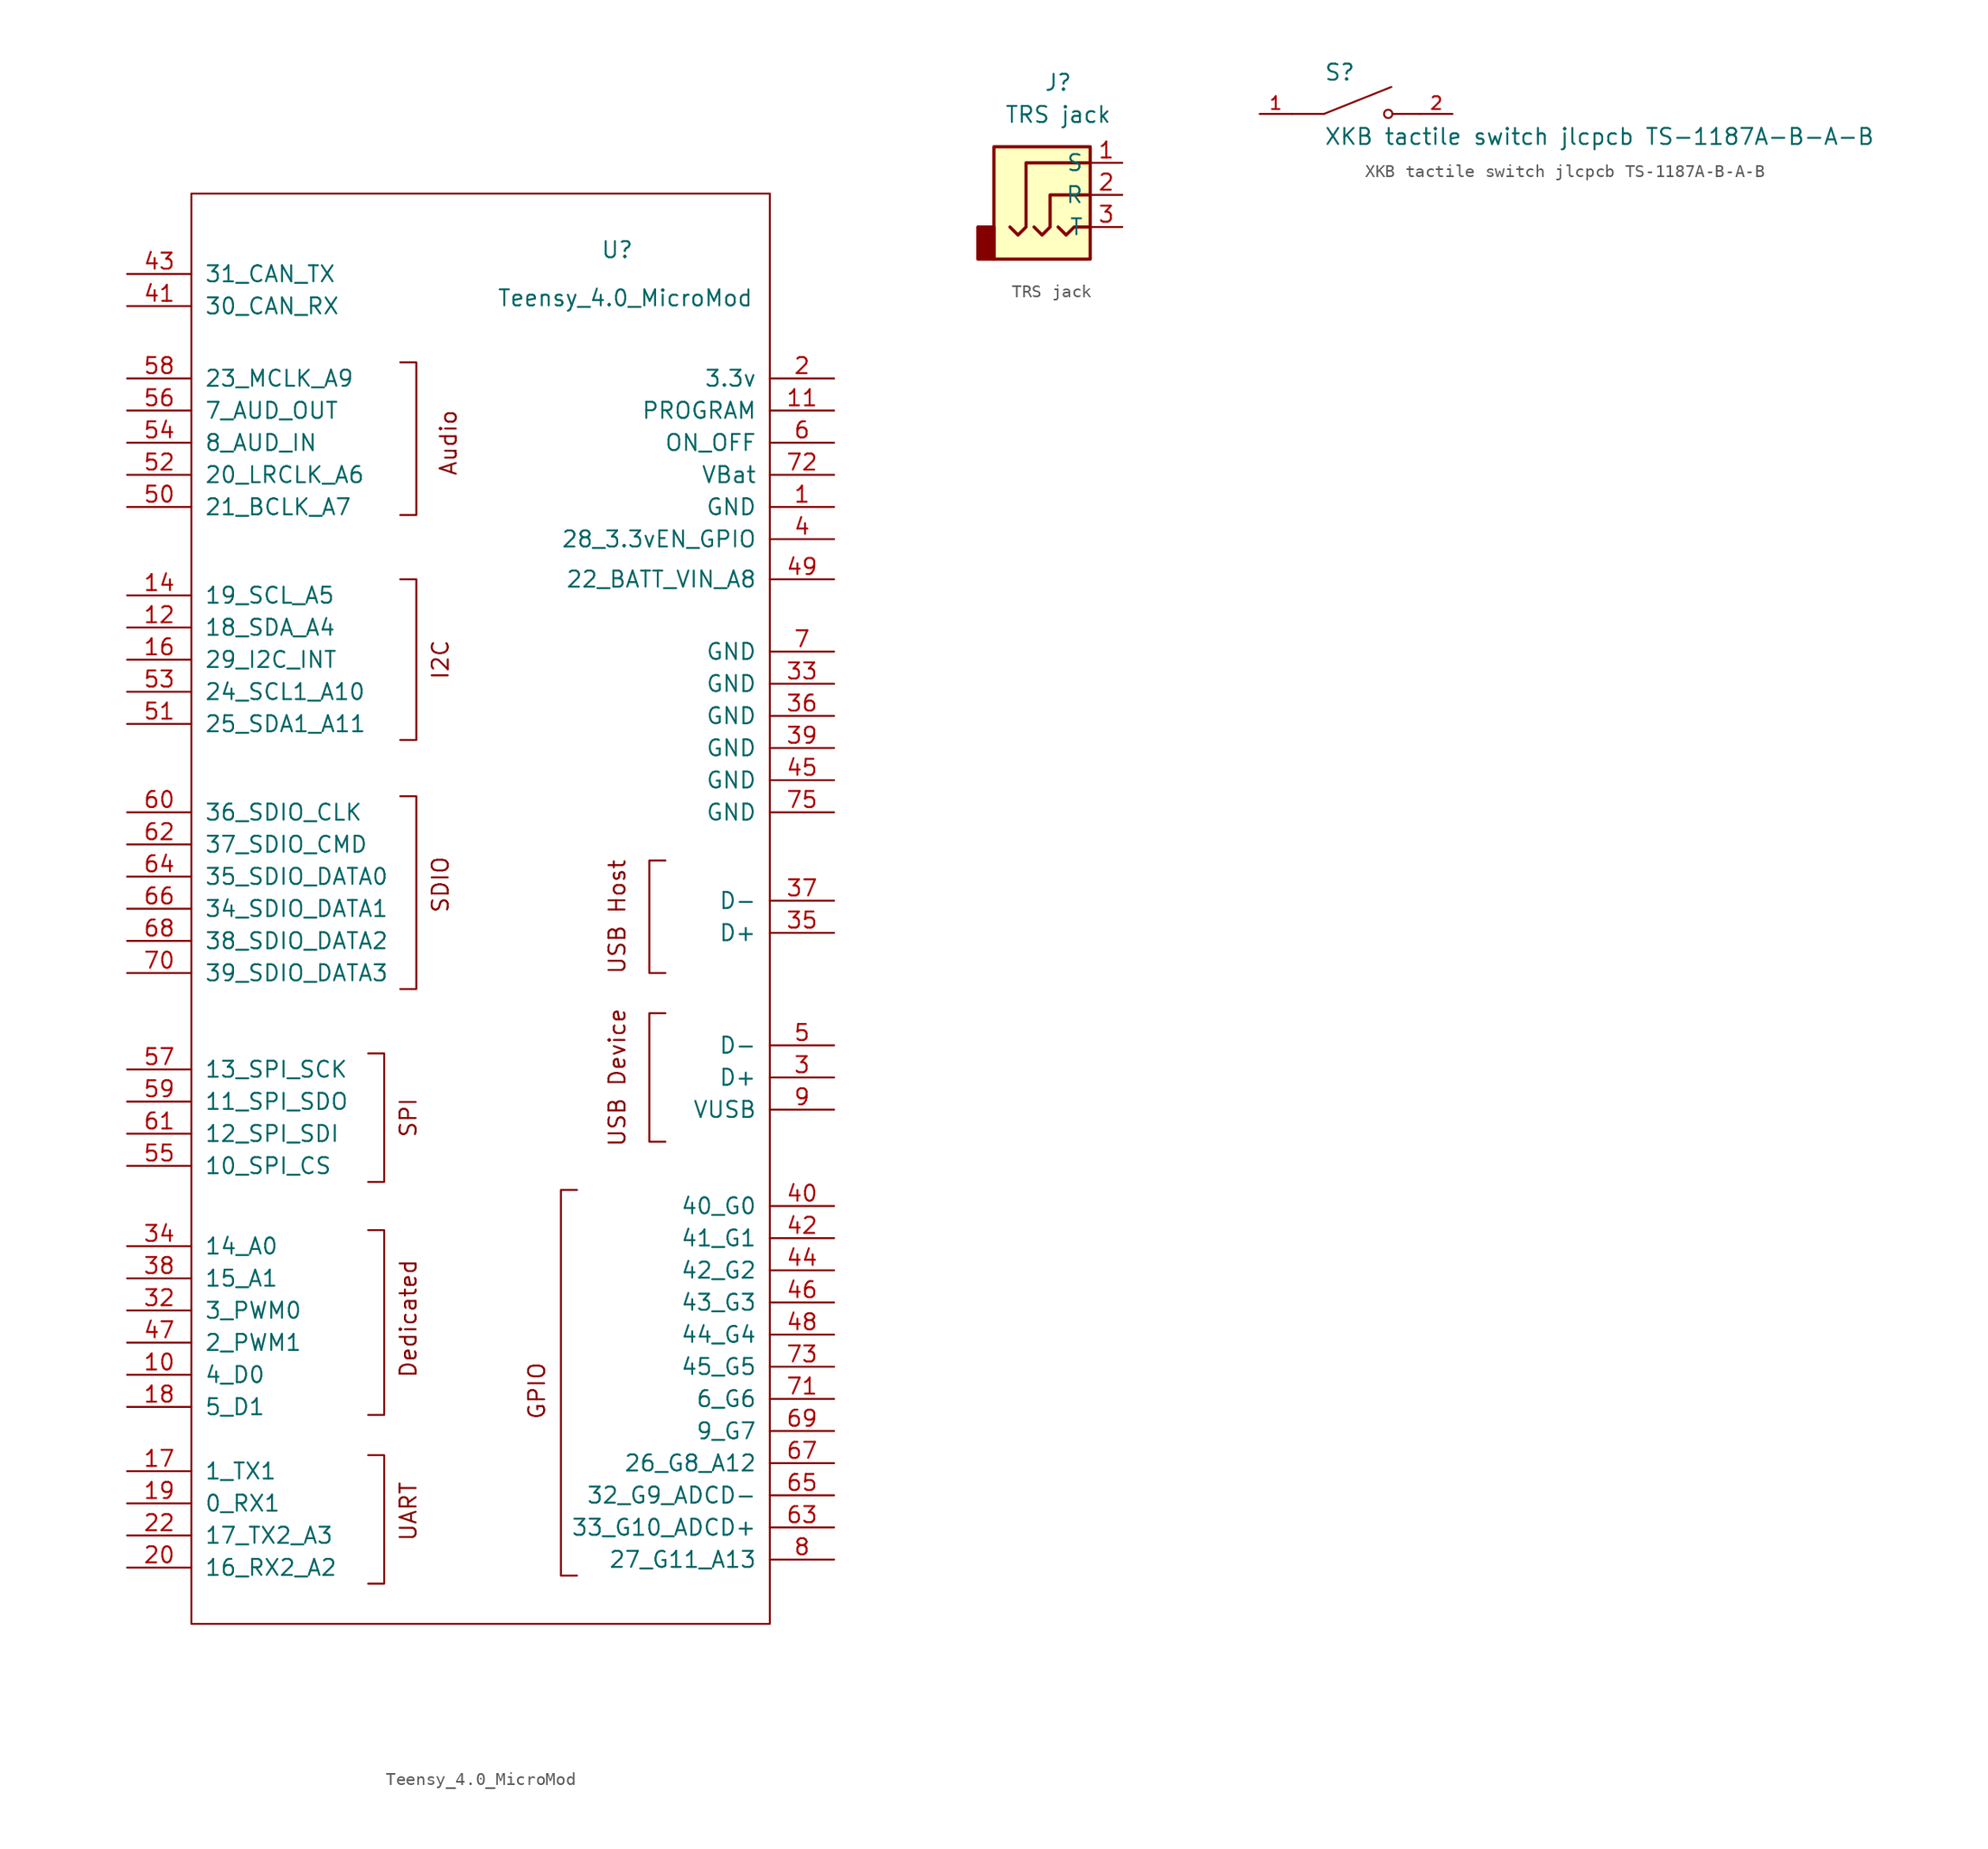
<source format=kicad_sym>
(kicad_symbol_lib
  (version 20211014)
  (generator kicad_symbol_editor)
  (symbol "Teensy_4.0_MicroMod"
    (pin_names
      (offset 1.016))
    (property "Reference" "U"
      (at 10.795 33.02 0)
      (effects (font (size 1.27 1.27))))
    (property "Value" "Teensy_4.0_MicroMod"
      (at 11.43 29.21 0)
      (effects (font (size 1.27 1.27))))
    (symbol "Teensy_4.0_MicroMod_0_0"
      (rectangle (start -22.86 37.465) (end 22.86 -75.565) (stroke (width 0) (type default) (color 0 0 0 0)) (fill (type none)))
      (polyline (pts (xy -8.89 -62.23) (xy -7.62 -62.23) (xy -7.62 -72.39) (xy -8.89 -72.39)) (stroke (width 0) (type default) (color 0 0 0 0)) (fill (type none)))
      (polyline (pts (xy -8.89 -44.45) (xy -7.62 -44.45) (xy -7.62 -59.055) (xy -8.89 -59.055)) (stroke (width 0) (type default) (color 0 0 0 0)) (fill (type none)))
      (polyline (pts (xy -8.89 -30.48) (xy -7.62 -30.48) (xy -7.62 -40.64) (xy -8.89 -40.64)) (stroke (width 0) (type default) (color 0 0 0 0)) (fill (type none)))
      (polyline (pts (xy -6.35 -10.16) (xy -5.08 -10.16) (xy -5.08 -25.4) (xy -6.35 -25.4)) (stroke (width 0) (type default) (color 0 0 0 0)) (fill (type none)))
      (polyline (pts (xy -6.35 6.985) (xy -5.08 6.985) (xy -5.08 -5.715) (xy -6.35 -5.715)) (stroke (width 0) (type default) (color 0 0 0 0)) (fill (type none)))
      (polyline (pts (xy -6.35 12.065) (xy -5.08 12.065) (xy -5.08 24.13) (xy -6.35 24.13)) (stroke (width 0) (type default) (color 0 0 0 0)) (fill (type none)))
      (polyline (pts (xy 7.62 -41.275) (xy 6.35 -41.275) (xy 6.35 -71.755) (xy 7.62 -71.755)) (stroke (width 0) (type default) (color 0 0 0 0)) (fill (type none)))
      (text "Audio" (at -2.54 17.78 900) (effects (font (size 1.27 1.27))))
      (text "Dedicated" (at -5.715 -51.435 900) (effects (font (size 1.27 1.27))))
      (text "GPIO" (at 4.445 -57.15 900) (effects (font (size 1.27 1.27))))
      (text "I2C" (at -3.175 0.635 900) (effects (font (size 1.27 1.27))))
      (text "SDIO" (at -3.175 -17.145 900) (effects (font (size 1.27 1.27))))
      (text "SPI" (at -5.715 -35.56 900) (effects (font (size 1.27 1.27))))
      (text "UART" (at -5.715 -66.675 900) (effects (font (size 1.27 1.27))))
      (text "USB Device" (at 10.795 -32.385 900) (effects (font (size 1.27 1.27))))
      (text "USB Host" (at 10.795 -19.685 900) (effects (font (size 1.27 1.27))))
      (pin input line (at 27.94 20.32 180) (length 5.08) (name "PROGRAM" (effects (font (size 1.27 1.27)))) (number "11" (effects (font (size 1.27 1.27)))))
      (pin bidirectional line (at 27.94 -32.385 180) (length 5.08) (name "D+" (effects (font (size 1.27 1.27)))) (number "3" (effects (font (size 1.27 1.27)))))
      (pin power_in line (at 27.94 -1.27 180) (length 5.08) (name "GND" (effects (font (size 1.27 1.27)))) (number "33" (effects (font (size 1.27 1.27)))))
      (pin bidirectional line (at 27.94 -20.955 180) (length 5.08) (name "D+" (effects (font (size 1.27 1.27)))) (number "35" (effects (font (size 1.27 1.27)))))
      (pin power_in line (at 27.94 -3.81 180) (length 5.08) (name "GND" (effects (font (size 1.27 1.27)))) (number "36" (effects (font (size 1.27 1.27)))))
      (pin bidirectional line (at 27.94 -18.415 180) (length 5.08) (name "D-" (effects (font (size 1.27 1.27)))) (number "37" (effects (font (size 1.27 1.27)))))
      (pin power_in line (at 27.94 -6.35 180) (length 5.08) (name "GND" (effects (font (size 1.27 1.27)))) (number "39" (effects (font (size 1.27 1.27)))))
      (pin power_in line (at 27.94 -8.89 180) (length 5.08) (name "GND" (effects (font (size 1.27 1.27)))) (number "45" (effects (font (size 1.27 1.27)))))
      (pin bidirectional line (at 27.94 -29.845 180) (length 5.08) (name "D-" (effects (font (size 1.27 1.27)))) (number "5" (effects (font (size 1.27 1.27)))))
      (pin input line (at 27.94 17.78 180) (length 5.08) (name "ON_OFF" (effects (font (size 1.27 1.27)))) (number "6" (effects (font (size 1.27 1.27)))))
      (pin power_in line (at 27.94 1.27 180) (length 5.08) (name "GND" (effects (font (size 1.27 1.27)))) (number "7" (effects (font (size 1.27 1.27)))))
      (pin input line (at 27.94 15.24 180) (length 5.08) (name "VBat" (effects (font (size 1.27 1.27)))) (number "72" (effects (font (size 1.27 1.27)))))
      (pin power_in line (at 27.94 -11.43 180) (length 5.08) (name "GND" (effects (font (size 1.27 1.27)))) (number "75" (effects (font (size 1.27 1.27)))))
      (pin power_in line (at 27.94 -34.925 180) (length 5.08) (name "VUSB" (effects (font (size 1.27 1.27)))) (number "9" (effects (font (size 1.27 1.27))))))
    (symbol "Teensy_4.0_MicroMod_0_1"
      (polyline (pts (xy 14.605 -27.305) (xy 13.335 -27.305) (xy 13.335 -37.465) (xy 14.605 -37.465)) (stroke (width 0) (type default) (color 0 0 0 0)) (fill (type none)))
      (polyline (pts (xy 14.605 -15.24) (xy 13.335 -15.24) (xy 13.335 -24.13) (xy 14.605 -24.13)) (stroke (width 0) (type default) (color 0 0 0 0)) (fill (type none))))
    (symbol "Teensy_4.0_MicroMod_1_1"
      (pin input line (at 27.94 12.7 180) (length 5.08) (name "GND" (effects (font (size 1.27 1.27)))) (number "1" (effects (font (size 1.27 1.27)))))
      (pin input line (at -27.94 -55.88 0) (length 5.08) (name "4_D0" (effects (font (size 1.27 1.27)))) (number "10" (effects (font (size 1.27 1.27)))))
      (pin input line (at -27.94 3.175 0) (length 5.08) (name "18_SDA_A4" (effects (font (size 1.27 1.27)))) (number "12" (effects (font (size 1.27 1.27)))))
      (pin input line (at -27.94 5.715 0) (length 5.08) (name "19_SCL_A5" (effects (font (size 1.27 1.27)))) (number "14" (effects (font (size 1.27 1.27)))))
      (pin input line (at -27.94 0.635 0) (length 5.08) (name "29_I2C_INT" (effects (font (size 1.27 1.27)))) (number "16" (effects (font (size 1.27 1.27)))))
      (pin output line (at -27.94 -63.5 0) (length 5.08) (name "1_TX1" (effects (font (size 1.27 1.27)))) (number "17" (effects (font (size 1.27 1.27)))))
      (pin input line (at -27.94 -58.42 0) (length 5.08) (name "5_D1" (effects (font (size 1.27 1.27)))) (number "18" (effects (font (size 1.27 1.27)))))
      (pin input line (at -27.94 -66.04 0) (length 5.08) (name "0_RX1" (effects (font (size 1.27 1.27)))) (number "19" (effects (font (size 1.27 1.27)))))
      (pin input line (at 27.94 22.86 180) (length 5.08) (name "3.3v" (effects (font (size 1.27 1.27)))) (number "2" (effects (font (size 1.27 1.27)))))
      (pin input line (at -27.94 -71.12 0) (length 5.08) (name "16_RX2_A2" (effects (font (size 1.27 1.27)))) (number "20" (effects (font (size 1.27 1.27)))))
      (pin output line (at -27.94 -68.58 0) (length 5.08) (name "17_TX2_A3" (effects (font (size 1.27 1.27)))) (number "22" (effects (font (size 1.27 1.27)))))
      (pin input line (at -27.94 -50.8 0) (length 5.08) (name "3_PWM0" (effects (font (size 1.27 1.27)))) (number "32" (effects (font (size 1.27 1.27)))))
      (pin input line (at -27.94 -45.72 0) (length 5.08) (name "14_A0" (effects (font (size 1.27 1.27)))) (number "34" (effects (font (size 1.27 1.27)))))
      (pin input line (at -27.94 -48.26 0) (length 5.08) (name "15_A1" (effects (font (size 1.27 1.27)))) (number "38" (effects (font (size 1.27 1.27)))))
      (pin input line (at 27.94 10.16 180) (length 5.08) (name "28_3.3vEN_GPIO" (effects (font (size 1.27 1.27)))) (number "4" (effects (font (size 1.27 1.27)))))
      (pin input line (at 27.94 -42.545 180) (length 5.08) (name "40_G0" (effects (font (size 1.27 1.27)))) (number "40" (effects (font (size 1.27 1.27)))))
      (pin input line (at -27.94 28.575 0) (length 5.08) (name "30_CAN_RX" (effects (font (size 1.27 1.27)))) (number "41" (effects (font (size 1.27 1.27)))))
      (pin input line (at 27.94 -45.085 180) (length 5.08) (name "41_G1" (effects (font (size 1.27 1.27)))) (number "42" (effects (font (size 1.27 1.27)))))
      (pin input line (at -27.94 31.115 0) (length 5.08) (name "31_CAN_TX" (effects (font (size 1.27 1.27)))) (number "43" (effects (font (size 1.27 1.27)))))
      (pin input line (at 27.94 -47.625 180) (length 5.08) (name "42_G2" (effects (font (size 1.27 1.27)))) (number "44" (effects (font (size 1.27 1.27)))))
      (pin input line (at 27.94 -50.165 180) (length 5.08) (name "43_G3" (effects (font (size 1.27 1.27)))) (number "46" (effects (font (size 1.27 1.27)))))
      (pin input line (at -27.94 -53.34 0) (length 5.08) (name "2_PWM1" (effects (font (size 1.27 1.27)))) (number "47" (effects (font (size 1.27 1.27)))))
      (pin input line (at 27.94 -52.705 180) (length 5.08) (name "44_G4" (effects (font (size 1.27 1.27)))) (number "48" (effects (font (size 1.27 1.27)))))
      (pin input line (at 27.94 6.985 180) (length 5.08) (name "22_BATT_VIN_A8" (effects (font (size 1.27 1.27)))) (number "49" (effects (font (size 1.27 1.27)))))
      (pin input line (at -27.94 12.7 0) (length 5.08) (name "21_BCLK_A7" (effects (font (size 1.27 1.27)))) (number "50" (effects (font (size 1.27 1.27)))))
      (pin input line (at -27.94 -4.445 0) (length 5.08) (name "25_SDA1_A11" (effects (font (size 1.27 1.27)))) (number "51" (effects (font (size 1.27 1.27)))))
      (pin input line (at -27.94 15.24 0) (length 5.08) (name "20_LRCLK_A6" (effects (font (size 1.27 1.27)))) (number "52" (effects (font (size 1.27 1.27)))))
      (pin input line (at -27.94 -1.905 0) (length 5.08) (name "24_SCL1_A10" (effects (font (size 1.27 1.27)))) (number "53" (effects (font (size 1.27 1.27)))))
      (pin input line (at -27.94 17.78 0) (length 5.08) (name "8_AUD_IN" (effects (font (size 1.27 1.27)))) (number "54" (effects (font (size 1.27 1.27)))))
      (pin input line (at -27.94 -39.37 0) (length 5.08) (name "10_SPI_CS" (effects (font (size 1.27 1.27)))) (number "55" (effects (font (size 1.27 1.27)))))
      (pin input line (at -27.94 20.32 0) (length 5.08) (name "7_AUD_OUT" (effects (font (size 1.27 1.27)))) (number "56" (effects (font (size 1.27 1.27)))))
      (pin input line (at -27.94 -31.75 0) (length 5.08) (name "13_SPI_SCK" (effects (font (size 1.27 1.27)))) (number "57" (effects (font (size 1.27 1.27)))))
      (pin input line (at -27.94 22.86 0) (length 5.08) (name "23_MCLK_A9" (effects (font (size 1.27 1.27)))) (number "58" (effects (font (size 1.27 1.27)))))
      (pin input line (at -27.94 -34.29 0) (length 5.08) (name "11_SPI_SDO" (effects (font (size 1.27 1.27)))) (number "59" (effects (font (size 1.27 1.27)))))
      (pin input line (at -27.94 -11.43 0) (length 5.08) (name "36_SDIO_CLK" (effects (font (size 1.27 1.27)))) (number "60" (effects (font (size 1.27 1.27)))))
      (pin input line (at -27.94 -36.83 0) (length 5.08) (name "12_SPI_SDI" (effects (font (size 1.27 1.27)))) (number "61" (effects (font (size 1.27 1.27)))))
      (pin input line (at -27.94 -13.97 0) (length 5.08) (name "37_SDIO_CMD" (effects (font (size 1.27 1.27)))) (number "62" (effects (font (size 1.27 1.27)))))
      (pin input line (at 27.94 -67.945 180) (length 5.08) (name "33_G10_ADCD+" (effects (font (size 1.27 1.27)))) (number "63" (effects (font (size 1.27 1.27)))))
      (pin input line (at -27.94 -16.51 0) (length 5.08) (name "35_SDIO_DATA0" (effects (font (size 1.27 1.27)))) (number "64" (effects (font (size 1.27 1.27)))))
      (pin input line (at 27.94 -65.405 180) (length 5.08) (name "32_G9_ADCD-" (effects (font (size 1.27 1.27)))) (number "65" (effects (font (size 1.27 1.27)))))
      (pin input line (at -27.94 -19.05 0) (length 5.08) (name "34_SDIO_DATA1" (effects (font (size 1.27 1.27)))) (number "66" (effects (font (size 1.27 1.27)))))
      (pin input line (at 27.94 -62.865 180) (length 5.08) (name "26_G8_A12" (effects (font (size 1.27 1.27)))) (number "67" (effects (font (size 1.27 1.27)))))
      (pin input line (at -27.94 -21.59 0) (length 5.08) (name "38_SDIO_DATA2" (effects (font (size 1.27 1.27)))) (number "68" (effects (font (size 1.27 1.27)))))
      (pin input line (at 27.94 -60.325 180) (length 5.08) (name "9_G7" (effects (font (size 1.27 1.27)))) (number "69" (effects (font (size 1.27 1.27)))))
      (pin input line (at -27.94 -24.13 0) (length 5.08) (name "39_SDIO_DATA3" (effects (font (size 1.27 1.27)))) (number "70" (effects (font (size 1.27 1.27)))))
      (pin input line (at 27.94 -57.785 180) (length 5.08) (name "6_G6" (effects (font (size 1.27 1.27)))) (number "71" (effects (font (size 1.27 1.27)))))
      (pin input line (at 27.94 -55.245 180) (length 5.08) (name "45_G5" (effects (font (size 1.27 1.27)))) (number "73" (effects (font (size 1.27 1.27)))))
      (pin input line (at 27.94 -70.485 180) (length 5.08) (name "27_G11_A13" (effects (font (size 1.27 1.27)))) (number "8" (effects (font (size 1.27 1.27)))))))
  (symbol "TRS jack"
    (property "Reference" "J"
      (at 0 8.89 0)
      (effects (font (size 1.27 1.27))))
    (property "Value" "TRS jack"
      (at 0 6.35 0)
      (effects (font (size 1.27 1.27))))
    (symbol "TRS jack_0_1"
      (rectangle (start -5.08 -5.08) (end -6.35 -2.54) (stroke (width 0.254) (type default) (color 0 0 0 0)) (fill (type outline)))
      (polyline (pts (xy 0 -2.54) (xy 0.635 -3.175) (xy 1.27 -2.54) (xy 2.54 -2.54)) (stroke (width 0.254) (type default) (color 0 0 0 0)) (fill (type none)))
      (polyline (pts (xy -1.905 -2.54) (xy -1.27 -3.175) (xy -0.635 -2.54) (xy -0.635 0) (xy 2.54 0)) (stroke (width 0.254) (type default) (color 0 0 0 0)) (fill (type none)))
      (polyline (pts (xy 2.54 2.54) (xy -2.54 2.54) (xy -2.54 -2.54) (xy -3.175 -3.175) (xy -3.81 -2.54)) (stroke (width 0.254) (type default) (color 0 0 0 0)) (fill (type none)))
      (rectangle (start 2.54 3.81) (end -5.08 -5.08) (stroke (width 0.254) (type default) (color 0 0 0 0)) (fill (type background))))
    (symbol "TRS jack_1_1"
      (pin passive line (at 5.08 2.54 180) (length 2.54) (name "S" (effects (font (size 1.27 1.27)))) (number "1" (effects (font (size 1.27 1.27)))))
      (pin passive line (at 5.08 0 180) (length 2.54) (name "R" (effects (font (size 1.27 1.27)))) (number "2" (effects (font (size 1.27 1.27)))))
      (pin passive line (at 5.08 -2.54 180) (length 2.54) (name "T" (effects (font (size 1.27 1.27)))) (number "3" (effects (font (size 1.27 1.27)))))))
  (symbol "XKB tactile switch jlcpcb TS-1187A-B-A-B"
    (pin_names
      (offset 1.016) hide)
    (property "Reference" "S"
      (at -2.54 2.54 0)
      (effects (font (size 1.27 1.27)) (justify left bottom)))
    (property "Value" "XKB tactile switch jlcpcb TS-1187A-B-A-B"
      (at -2.54 -2.54 0)
      (effects (font (size 1.27 1.27)) (justify left bottom)))
    (property "ki_locked" ""
      (at 0 0 0)
      (effects (font (size 1.27 1.27))))
    (symbol "XKB tactile switch jlcpcb TS-1187A-B-A-B_0_0"
      (polyline (pts (xy -2.54 0) (xy -5.08 0)) (stroke (width 0.152) (type default) (color 0 0 0 0)) (fill (type none)))
      (polyline (pts (xy -2.54 0) (xy 2.794 2.134)) (stroke (width 0.152) (type default) (color 0 0 0 0)) (fill (type none)))
      (polyline (pts (xy 5.08 0) (xy 2.921 0)) (stroke (width 0.152) (type default) (color 0 0 0 0)) (fill (type none)))
      (circle (center 2.54 0) (radius 0.33) (stroke (width 0.152) (type default) (color 0 0 0 0)) (fill (type none)))
      (pin passive line (at -7.62 0 0) (length 2.54) (name "~" (effects (font (size 1.016 1.016)))) (number "1" (effects (font (size 1.016 1.016)))))
      (pin passive line (at 7.62 0 180) (length 2.54) (name "~" (effects (font (size 1.016 1.016)))) (number "2" (effects (font (size 1.016 1.016))))))))
</source>
